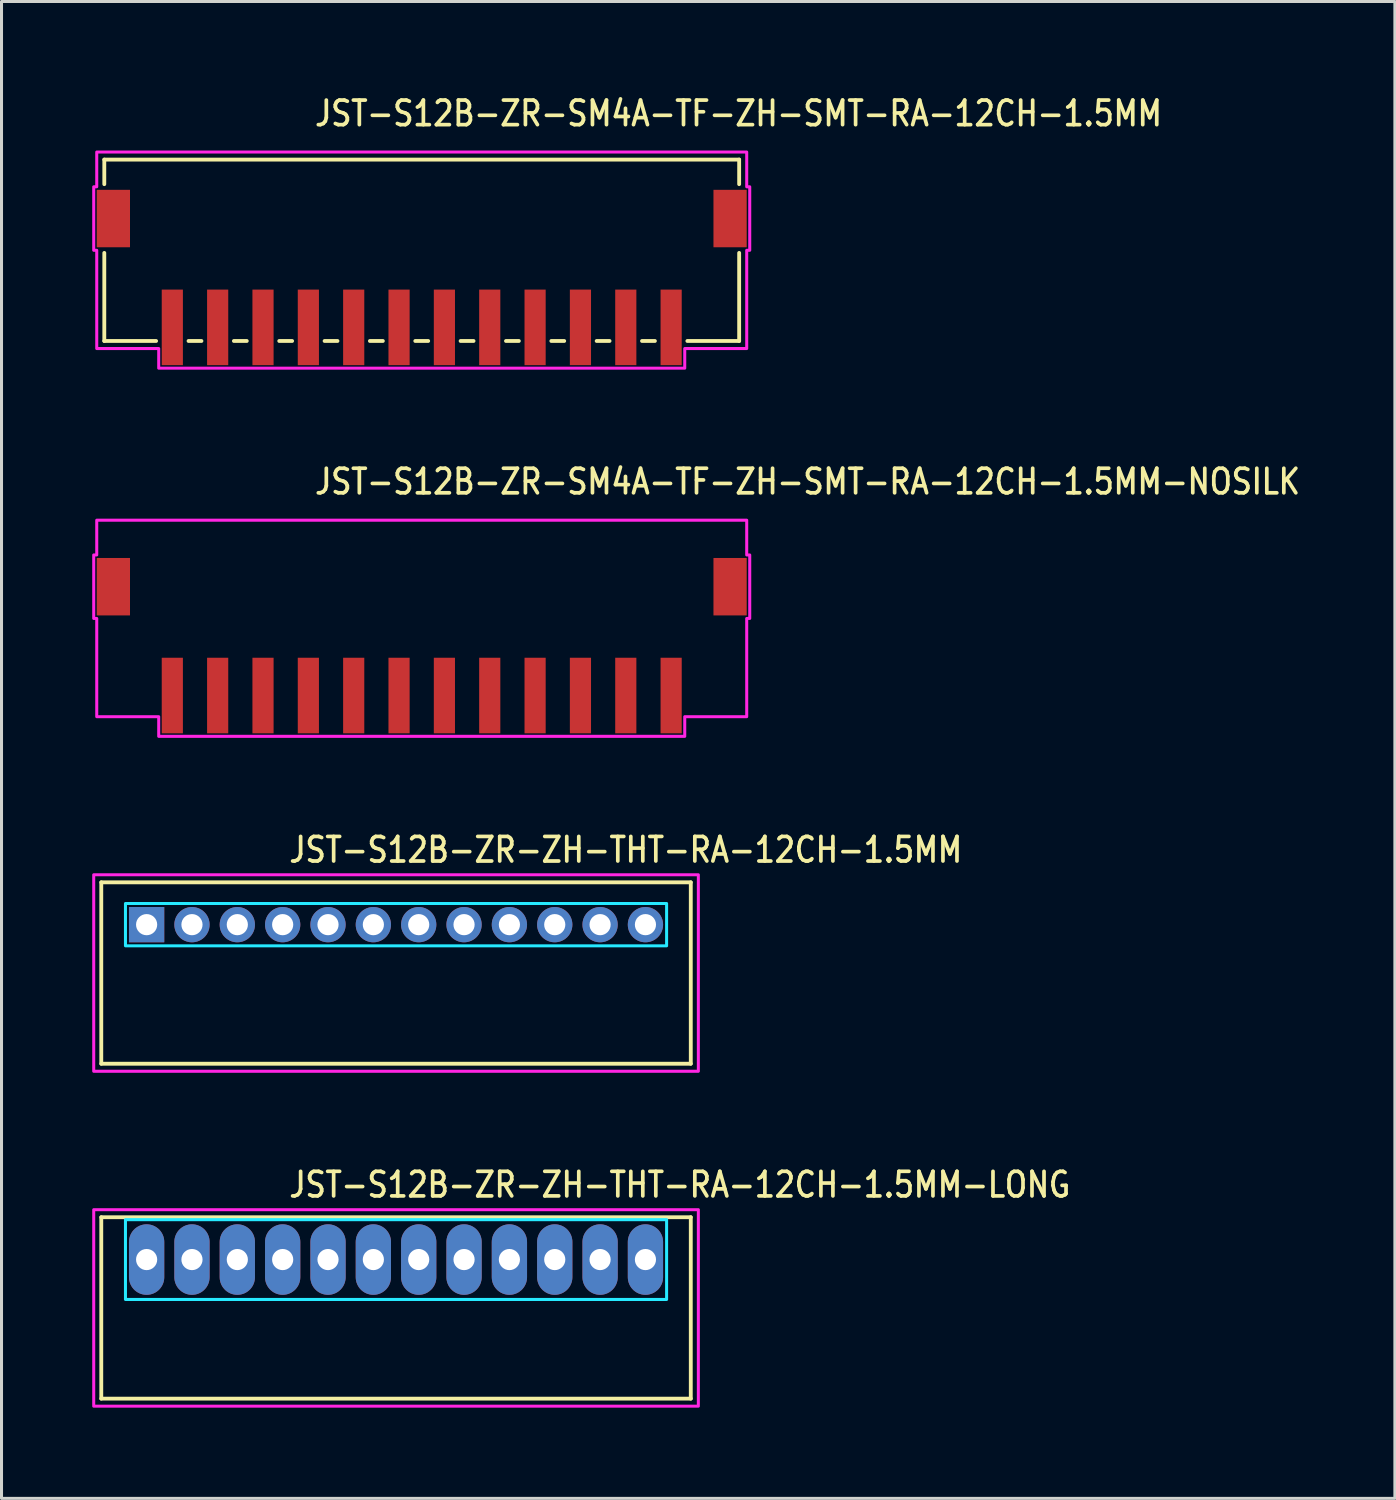
<source format=kicad_pcb>
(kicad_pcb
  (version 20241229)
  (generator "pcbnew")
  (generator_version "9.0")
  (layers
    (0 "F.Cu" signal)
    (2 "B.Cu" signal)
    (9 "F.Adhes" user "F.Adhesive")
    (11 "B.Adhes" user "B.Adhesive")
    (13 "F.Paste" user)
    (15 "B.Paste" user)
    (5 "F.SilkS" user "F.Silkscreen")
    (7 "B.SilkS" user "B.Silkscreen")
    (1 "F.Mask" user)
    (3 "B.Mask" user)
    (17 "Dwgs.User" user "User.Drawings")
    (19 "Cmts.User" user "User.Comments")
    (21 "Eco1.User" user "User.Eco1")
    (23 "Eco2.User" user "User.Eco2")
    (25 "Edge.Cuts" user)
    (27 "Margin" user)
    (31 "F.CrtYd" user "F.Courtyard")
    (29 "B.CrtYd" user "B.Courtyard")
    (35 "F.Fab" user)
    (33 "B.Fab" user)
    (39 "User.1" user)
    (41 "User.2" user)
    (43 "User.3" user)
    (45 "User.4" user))
  (footprint "JST-S12B-ZR-ZH-THT-RA-12CH-1.5MM-LONG"
    (layer "F.Cu")
    (at 10.05 38.614)
    (property "Reference" "JST-S12B-ZR-ZH-THT-RA-12CH-1.5MM-LONG" (at -3.6 -2 0) (unlocked yes) (layer "F.SilkS") (effects (font (size 0.813 0.695) (thickness 0.122)) (justify left bottom)))
    (fp_line (start -9.75 -1.4) (end 9.75 -1.4) (stroke (width 0.127) (type solid)) (layer "F.SilkS"))
    (fp_line (start -9.75 4.6) (end -9.75 -1.4) (stroke (width 0.127) (type solid)) (layer "F.SilkS"))
    (fp_line (start -9.75 4.6) (end 9.75 4.6) (stroke (width 0.127) (type solid)) (layer "F.SilkS"))
    (fp_line (start 9.75 -1.4) (end 9.75 4.6) (stroke (width 0.127) (type solid)) (layer "F.SilkS"))
    (fp_poly (pts (xy -8.95 -1.32) (xy -8.95 1.32) (xy 8.95 1.32) (xy 8.95 -1.32)) (stroke (width 0.1) (type solid)) (fill no) (layer "B.CrtYd"))
    (fp_poly (pts (xy -10 -1.65) (xy -10 4.85) (xy 10 4.85) (xy 10 -1.65)) (stroke (width 0.1) (type solid)) (fill no) (layer "F.CrtYd"))
    (pad "1" thru_hole oval (at -8.25 0 90) (size 2.333 1.167) (drill 0.7) (layers "*.Cu" "*.Mask"))
    (pad "2" thru_hole oval (at -6.75 0 90) (size 2.333 1.167) (drill 0.7) (layers "*.Cu" "*.Mask"))
    (pad "3" thru_hole oval (at -5.25 0 90) (size 2.333 1.167) (drill 0.7) (layers "*.Cu" "*.Mask"))
    (pad "4" thru_hole oval (at -3.75 0 90) (size 2.333 1.167) (drill 0.7) (layers "*.Cu" "*.Mask"))
    (pad "5" thru_hole oval (at -2.25 0 90) (size 2.333 1.167) (drill 0.7) (layers "*.Cu" "*.Mask"))
    (pad "6" thru_hole oval (at -0.75 0 90) (size 2.333 1.167) (drill 0.7) (layers "*.Cu" "*.Mask"))
    (pad "7" thru_hole oval (at 0.75 0 90) (size 2.333 1.167) (drill 0.7) (layers "*.Cu" "*.Mask"))
    (pad "8" thru_hole oval (at 2.25 0 90) (size 2.333 1.167) (drill 0.7) (layers "*.Cu" "*.Mask"))
    (pad "9" thru_hole oval (at 3.75 0 90) (size 2.333 1.167) (drill 0.7) (layers "*.Cu" "*.Mask"))
    (pad "10" thru_hole oval (at 5.25 0 90) (size 2.333 1.167) (drill 0.7) (layers "*.Cu" "*.Mask"))
    (pad "11" thru_hole oval (at 6.75 0 90) (size 2.333 1.167) (drill 0.7) (layers "*.Cu" "*.Mask"))
    (pad "12" thru_hole oval (at 8.25 0 90) (size 2.333 1.167) (drill 0.7) (layers "*.Cu" "*.Mask")))
  (footprint "JST-S12B-ZR-ZH-THT-RA-12CH-1.5MM"
    (layer "F.Cu")
    (at 10.05 27.536)
    (property "Reference" "JST-S12B-ZR-ZH-THT-RA-12CH-1.5MM" (at -3.6 -2 0) (unlocked yes) (layer "F.SilkS") (effects (font (size 0.813 0.695) (thickness 0.122)) (justify left bottom)))
    (fp_line (start -9.75 -1.4) (end 9.75 -1.4) (stroke (width 0.127) (type solid)) (layer "F.SilkS"))
    (fp_line (start -9.75 4.6) (end -9.75 -1.4) (stroke (width 0.127) (type solid)) (layer "F.SilkS"))
    (fp_line (start -9.75 4.6) (end 9.75 4.6) (stroke (width 0.127) (type solid)) (layer "F.SilkS"))
    (fp_line (start 9.75 -1.4) (end 9.75 4.6) (stroke (width 0.127) (type solid)) (layer "F.SilkS"))
    (fp_poly (pts (xy -8.95 -0.7) (xy -8.95 0.7) (xy 8.95 0.7) (xy 8.95 -0.7)) (stroke (width 0.1) (type solid)) (fill no) (layer "B.CrtYd"))
    (fp_poly (pts (xy -10 -1.65) (xy -10 4.85) (xy 10 4.85) (xy 10 -1.65)) (stroke (width 0.1) (type solid)) (fill no) (layer "F.CrtYd"))
    (pad "1" thru_hole rect (at -8.25 0) (size 1.167 1.167) (drill 0.7) (layers "*.Cu" "*.Mask"))
    (pad "2" thru_hole oval (at -6.75 0) (size 1.167 1.167) (drill 0.7) (layers "*.Cu" "*.Mask"))
    (pad "3" thru_hole oval (at -5.25 0) (size 1.167 1.167) (drill 0.7) (layers "*.Cu" "*.Mask"))
    (pad "4" thru_hole oval (at -3.75 0) (size 1.167 1.167) (drill 0.7) (layers "*.Cu" "*.Mask"))
    (pad "5" thru_hole oval (at -2.25 0) (size 1.167 1.167) (drill 0.7) (layers "*.Cu" "*.Mask"))
    (pad "6" thru_hole oval (at -0.75 0) (size 1.167 1.167) (drill 0.7) (layers "*.Cu" "*.Mask"))
    (pad "7" thru_hole oval (at 0.75 0) (size 1.167 1.167) (drill 0.7) (layers "*.Cu" "*.Mask"))
    (pad "8" thru_hole oval (at 2.25 0) (size 1.167 1.167) (drill 0.7) (layers "*.Cu" "*.Mask"))
    (pad "9" thru_hole oval (at 3.75 0) (size 1.167 1.167) (drill 0.7) (layers "*.Cu" "*.Mask"))
    (pad "10" thru_hole oval (at 5.25 0) (size 1.167 1.167) (drill 0.7) (layers "*.Cu" "*.Mask"))
    (pad "11" thru_hole oval (at 6.75 0) (size 1.167 1.167) (drill 0.7) (layers "*.Cu" "*.Mask"))
    (pad "12" thru_hole oval (at 8.25 0) (size 1.167 1.167) (drill 0.7) (layers "*.Cu" "*.Mask")))
  (footprint "JST-S12B-ZR-SM4A-TF-ZH-SMT-RA-12CH-1.5MM-NOSILK"
    (layer "F.Cu")
    (at 10.9 16.357)
    (property "Reference" "JST-S12B-ZR-SM4A-TF-ZH-SMT-RA-12CH-1.5MM-NOSILK" (at -3.6 -3 0) (unlocked yes) (layer "F.SilkS") (effects (font (size 0.813 0.695) (thickness 0.122)) (justify left bottom)))
    (fp_poly (pts (xy -10.75 -2.2) (xy -10.75 -1.05) (xy -10.85 -1.05) (xy -10.85 1.05) (xy -10.75 1.05) (xy -10.75 4.3) (xy -8.7 4.3) (xy -8.7 4.95) (xy 8.7 4.95) (xy 8.7 4.3) (xy 10.75 4.3) (xy 10.75 1.05) (xy 10.85 1.05) (xy 10.85 -1.05) (xy 10.75 -1.05) (xy 10.75 -2.2)) (stroke (width 0.1) (type solid)) (fill no) (layer "F.CrtYd"))
    (pad "1" smd rect (at 8.25 3.6) (size 0.7 2.5) (layers "F.Cu" "F.Mask" "F.Paste"))
    (pad "2" smd rect (at 6.75 3.6) (size 0.7 2.5) (layers "F.Cu" "F.Mask" "F.Paste"))
    (pad "3" smd rect (at 5.25 3.6) (size 0.7 2.5) (layers "F.Cu" "F.Mask" "F.Paste"))
    (pad "4" smd rect (at 3.75 3.6) (size 0.7 2.5) (layers "F.Cu" "F.Mask" "F.Paste"))
    (pad "5" smd rect (at 2.25 3.6) (size 0.7 2.5) (layers "F.Cu" "F.Mask" "F.Paste"))
    (pad "6" smd rect (at 0.75 3.6) (size 0.7 2.5) (layers "F.Cu" "F.Mask" "F.Paste"))
    (pad "7" smd rect (at -0.75 3.6) (size 0.7 2.5) (layers "F.Cu" "F.Mask" "F.Paste"))
    (pad "8" smd rect (at -2.25 3.6) (size 0.7 2.5) (layers "F.Cu" "F.Mask" "F.Paste"))
    (pad "9" smd rect (at -3.75 3.6) (size 0.7 2.5) (layers "F.Cu" "F.Mask" "F.Paste"))
    (pad "10" smd rect (at -5.25 3.6) (size 0.7 2.5) (layers "F.Cu" "F.Mask" "F.Paste"))
    (pad "11" smd rect (at -6.75 3.6) (size 0.7 2.5) (layers "F.Cu" "F.Mask" "F.Paste"))
    (pad "12" smd rect (at -8.25 3.6) (size 0.7 2.5) (layers "F.Cu" "F.Mask" "F.Paste"))
    (pad "S_1" smd rect (at -10.2 0) (size 1.1 1.9) (layers "F.Cu" "F.Mask" "F.Paste"))
    (pad "S_2" smd rect (at 10.2 0) (size 1.1 1.9) (layers "F.Cu" "F.Mask" "F.Paste")))
  (footprint "JST-S12B-ZR-SM4A-TF-ZH-SMT-RA-12CH-1.5MM"
    (layer "F.Cu")
    (at 10.9 4.179)
    (property "Reference" "JST-S12B-ZR-SM4A-TF-ZH-SMT-RA-12CH-1.5MM" (at -3.6 -3 0) (unlocked yes) (layer "F.SilkS") (effects (font (size 0.813 0.695) (thickness 0.122)) (justify left bottom)))
    (fp_line (start -10.5 -1.95) (end -10.5 -1.137) (stroke (width 0.127) (type solid)) (layer "F.SilkS"))
    (fp_line (start -10.5 -1.95) (end 10.5 -1.95) (stroke (width 0.127) (type solid)) (layer "F.SilkS"))
    (fp_line (start -10.5 4.05) (end -10.5 1.137) (stroke (width 0.127) (type solid)) (layer "F.SilkS"))
    (fp_line (start -10.5 4.05) (end -8.787 4.05) (stroke (width 0.127) (type solid)) (layer "F.SilkS"))
    (fp_line (start -7.713 4.05) (end -7.287 4.05) (stroke (width 0.127) (type solid)) (layer "F.SilkS"))
    (fp_line (start -6.213 4.05) (end -5.787 4.05) (stroke (width 0.127) (type solid)) (layer "F.SilkS"))
    (fp_line (start -4.713 4.05) (end -4.287 4.05) (stroke (width 0.127) (type solid)) (layer "F.SilkS"))
    (fp_line (start -3.213 4.05) (end -2.787 4.05) (stroke (width 0.127) (type solid)) (layer "F.SilkS"))
    (fp_line (start -1.714 4.05) (end -1.286 4.05) (stroke (width 0.127) (type solid)) (layer "F.SilkS"))
    (fp_line (start -0.213 4.05) (end 0.213 4.05) (stroke (width 0.127) (type solid)) (layer "F.SilkS"))
    (fp_line (start 1.286 4.05) (end 1.714 4.05) (stroke (width 0.127) (type solid)) (layer "F.SilkS"))
    (fp_line (start 2.787 4.05) (end 3.213 4.05) (stroke (width 0.127) (type solid)) (layer "F.SilkS"))
    (fp_line (start 4.287 4.05) (end 4.713 4.05) (stroke (width 0.127) (type solid)) (layer "F.SilkS"))
    (fp_line (start 5.787 4.05) (end 6.213 4.05) (stroke (width 0.127) (type solid)) (layer "F.SilkS"))
    (fp_line (start 7.287 4.05) (end 7.713 4.05) (stroke (width 0.127) (type solid)) (layer "F.SilkS"))
    (fp_line (start 8.787 4.05) (end 10.5 4.05) (stroke (width 0.127) (type solid)) (layer "F.SilkS"))
    (fp_line (start 10.5 -1.137) (end 10.5 -1.95) (stroke (width 0.127) (type solid)) (layer "F.SilkS"))
    (fp_line (start 10.5 1.137) (end 10.5 4.05) (stroke (width 0.127) (type solid)) (layer "F.SilkS"))
    (fp_poly (pts (xy -10.75 -2.2) (xy -10.75 -1.05) (xy -10.85 -1.05) (xy -10.85 1.05) (xy -10.75 1.05) (xy -10.75 4.3) (xy -8.7 4.3) (xy -8.7 4.95) (xy 8.7 4.95) (xy 8.7 4.3) (xy 10.75 4.3) (xy 10.75 1.05) (xy 10.85 1.05) (xy 10.85 -1.05) (xy 10.75 -1.05) (xy 10.75 -2.2)) (stroke (width 0.1) (type solid)) (fill no) (layer "F.CrtYd"))
    (pad "1" smd rect (at 8.25 3.6) (size 0.7 2.5) (layers "F.Cu" "F.Mask" "F.Paste"))
    (pad "2" smd rect (at 6.75 3.6) (size 0.7 2.5) (layers "F.Cu" "F.Mask" "F.Paste"))
    (pad "3" smd rect (at 5.25 3.6) (size 0.7 2.5) (layers "F.Cu" "F.Mask" "F.Paste"))
    (pad "4" smd rect (at 3.75 3.6) (size 0.7 2.5) (layers "F.Cu" "F.Mask" "F.Paste"))
    (pad "5" smd rect (at 2.25 3.6) (size 0.7 2.5) (layers "F.Cu" "F.Mask" "F.Paste"))
    (pad "6" smd rect (at 0.75 3.6) (size 0.7 2.5) (layers "F.Cu" "F.Mask" "F.Paste"))
    (pad "7" smd rect (at -0.75 3.6) (size 0.7 2.5) (layers "F.Cu" "F.Mask" "F.Paste"))
    (pad "8" smd rect (at -2.25 3.6) (size 0.7 2.5) (layers "F.Cu" "F.Mask" "F.Paste"))
    (pad "9" smd rect (at -3.75 3.6) (size 0.7 2.5) (layers "F.Cu" "F.Mask" "F.Paste"))
    (pad "10" smd rect (at -5.25 3.6) (size 0.7 2.5) (layers "F.Cu" "F.Mask" "F.Paste"))
    (pad "11" smd rect (at -6.75 3.6) (size 0.7 2.5) (layers "F.Cu" "F.Mask" "F.Paste"))
    (pad "12" smd rect (at -8.25 3.6) (size 0.7 2.5) (layers "F.Cu" "F.Mask" "F.Paste"))
    (pad "S_1" smd rect (at -10.2 0) (size 1.1 1.9) (layers "F.Cu" "F.Mask" "F.Paste"))
    (pad "S_2" smd rect (at 10.2 0) (size 1.1 1.9) (layers "F.Cu" "F.Mask" "F.Paste")))
  (gr_rect
    (start -3 -3)
    (end 43.09 46.514)
    (stroke (width 0.1) (type default))
    (fill no)
    (layer "Edge.Cuts")))
</source>
